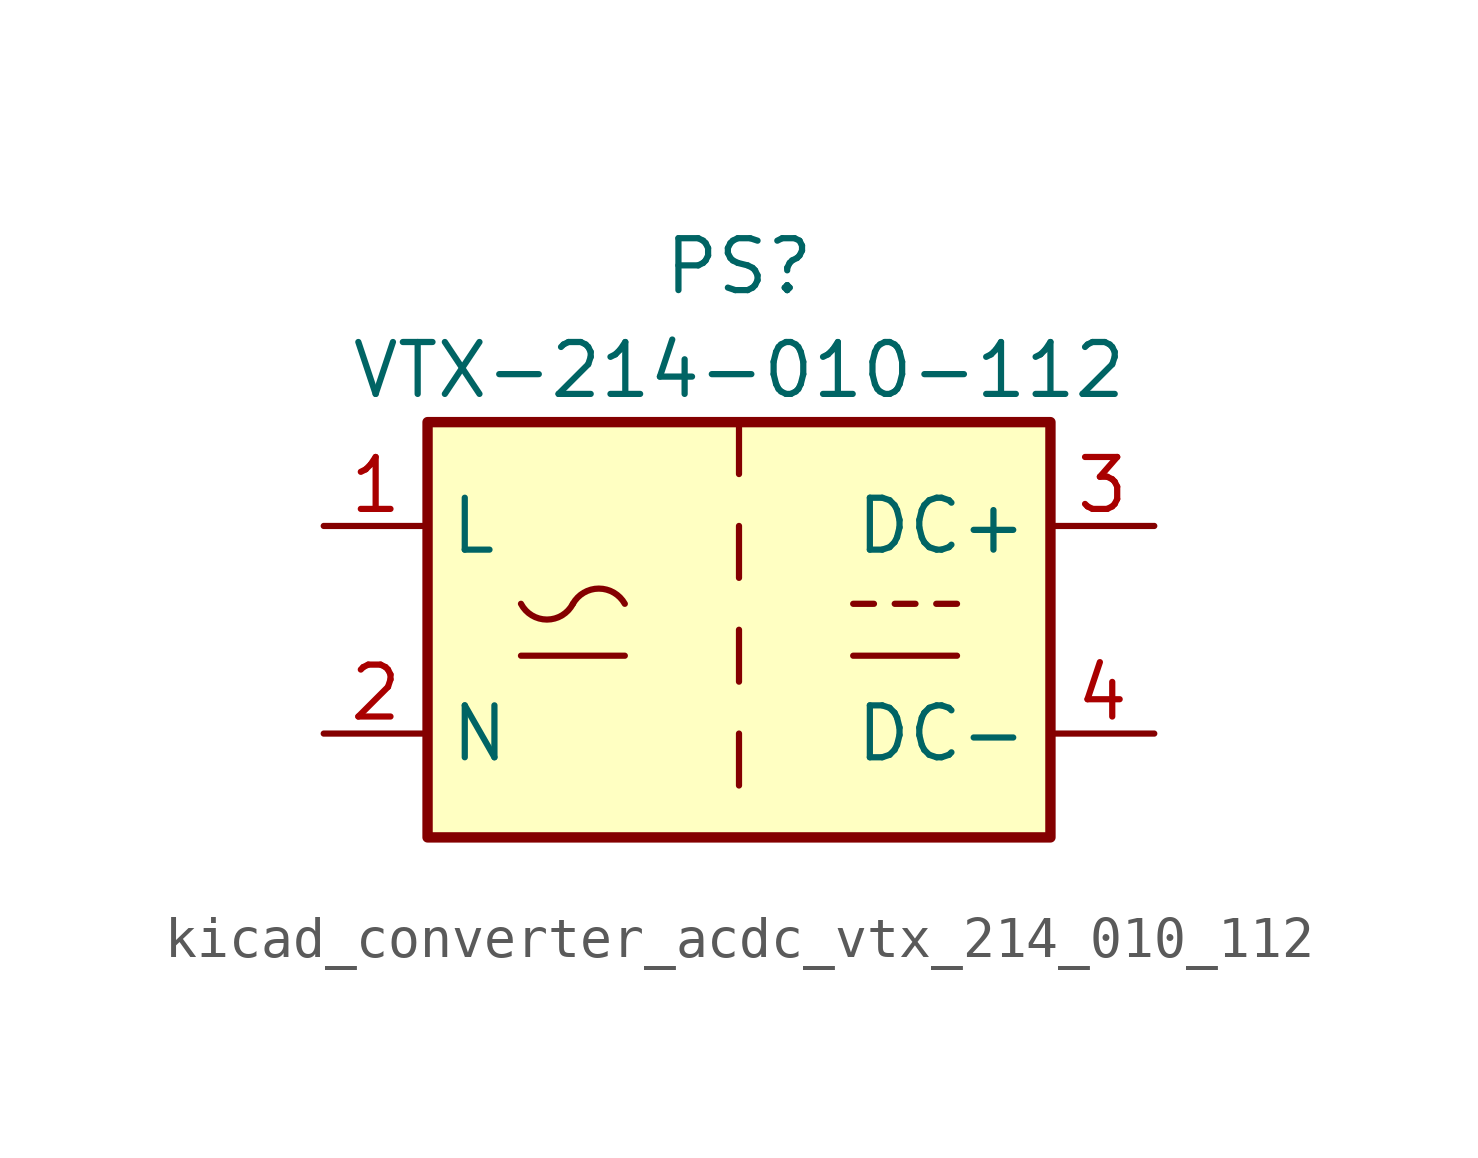
<source format=kicad_sym>
(kicad_symbol_lib
  (version 20220914)
  (generator kicad_symbol_editor)
  (symbol "kicad_converter_acdc_vtx_214_010_112"
    (property "Reference" "PS"
      (at 0 8.89 0)
      (effects (font (size 1.27 1.27))))
    (property "Value" "VTX-214-010-112"
      (at 0 6.35 0)
      (effects (font (size 1.27 1.27))))
    (symbol "kicad_converter_acdc_vtx_214_010_112_0_1"
      (rectangle (start -7.62 5.08) (end 7.62 -5.08) (stroke (width 0.254) (type default)) (fill (type background)))
      (arc (start -5.334 0.635) (mid -4.699 0.2495) (end -4.064 0.635) (stroke (width 0) (type default)) (fill (type none)))
      (arc (start -2.794 0.635) (mid -3.429 1.0072) (end -4.064 0.635) (stroke (width 0) (type default)) (fill (type none)))
      (polyline (pts (xy -5.334 -0.635) (xy -2.794 -0.635)) (stroke (width 0) (type default)) (fill (type none)))
      (polyline (pts (xy 2.794 -0.635) (xy 5.334 -0.635)) (stroke (width 0) (type default)) (fill (type none)))
      (polyline (pts (xy 2.794 0.635) (xy 3.302 0.635)) (stroke (width 0) (type default)) (fill (type none)))
      (polyline (pts (xy 3.81 0.635) (xy 4.318 0.635)) (stroke (width 0) (type default)) (fill (type none)))
      (polyline (pts (xy 4.826 0.635) (xy 5.334 0.635)) (stroke (width 0) (type default)) (fill (type none))))
    (symbol "kicad_converter_acdc_vtx_214_010_112_1_1"
      (polyline (pts (xy 0 -2.54) (xy 0 -3.81)) (stroke (width 0) (type default)) (fill (type none)))
      (polyline (pts (xy 0 0) (xy 0 -1.27)) (stroke (width 0) (type default)) (fill (type none)))
      (polyline (pts (xy 0 2.54) (xy 0 1.27)) (stroke (width 0) (type default)) (fill (type none)))
      (polyline (pts (xy 0 5.08) (xy 0 3.81)) (stroke (width 0) (type default)) (fill (type none)))
      (pin power_in line (at -10.16 2.54 0) (length 2.54) (name "L" (effects (font (size 1.27 1.27)))) (number "1" (effects (font (size 1.27 1.27)))))
      (pin power_in line (at -10.16 -2.54 0) (length 2.54) (name "N" (effects (font (size 1.27 1.27)))) (number "2" (effects (font (size 1.27 1.27)))))
      (pin power_out line (at 10.16 2.54 180) (length 2.54) (name "DC+" (effects (font (size 1.27 1.27)))) (number "3" (effects (font (size 1.27 1.27)))))
      (pin power_out line (at 10.16 -2.54 180) (length 2.54) (name "DC-" (effects (font (size 1.27 1.27)))) (number "4" (effects (font (size 1.27 1.27))))))))
</source>
